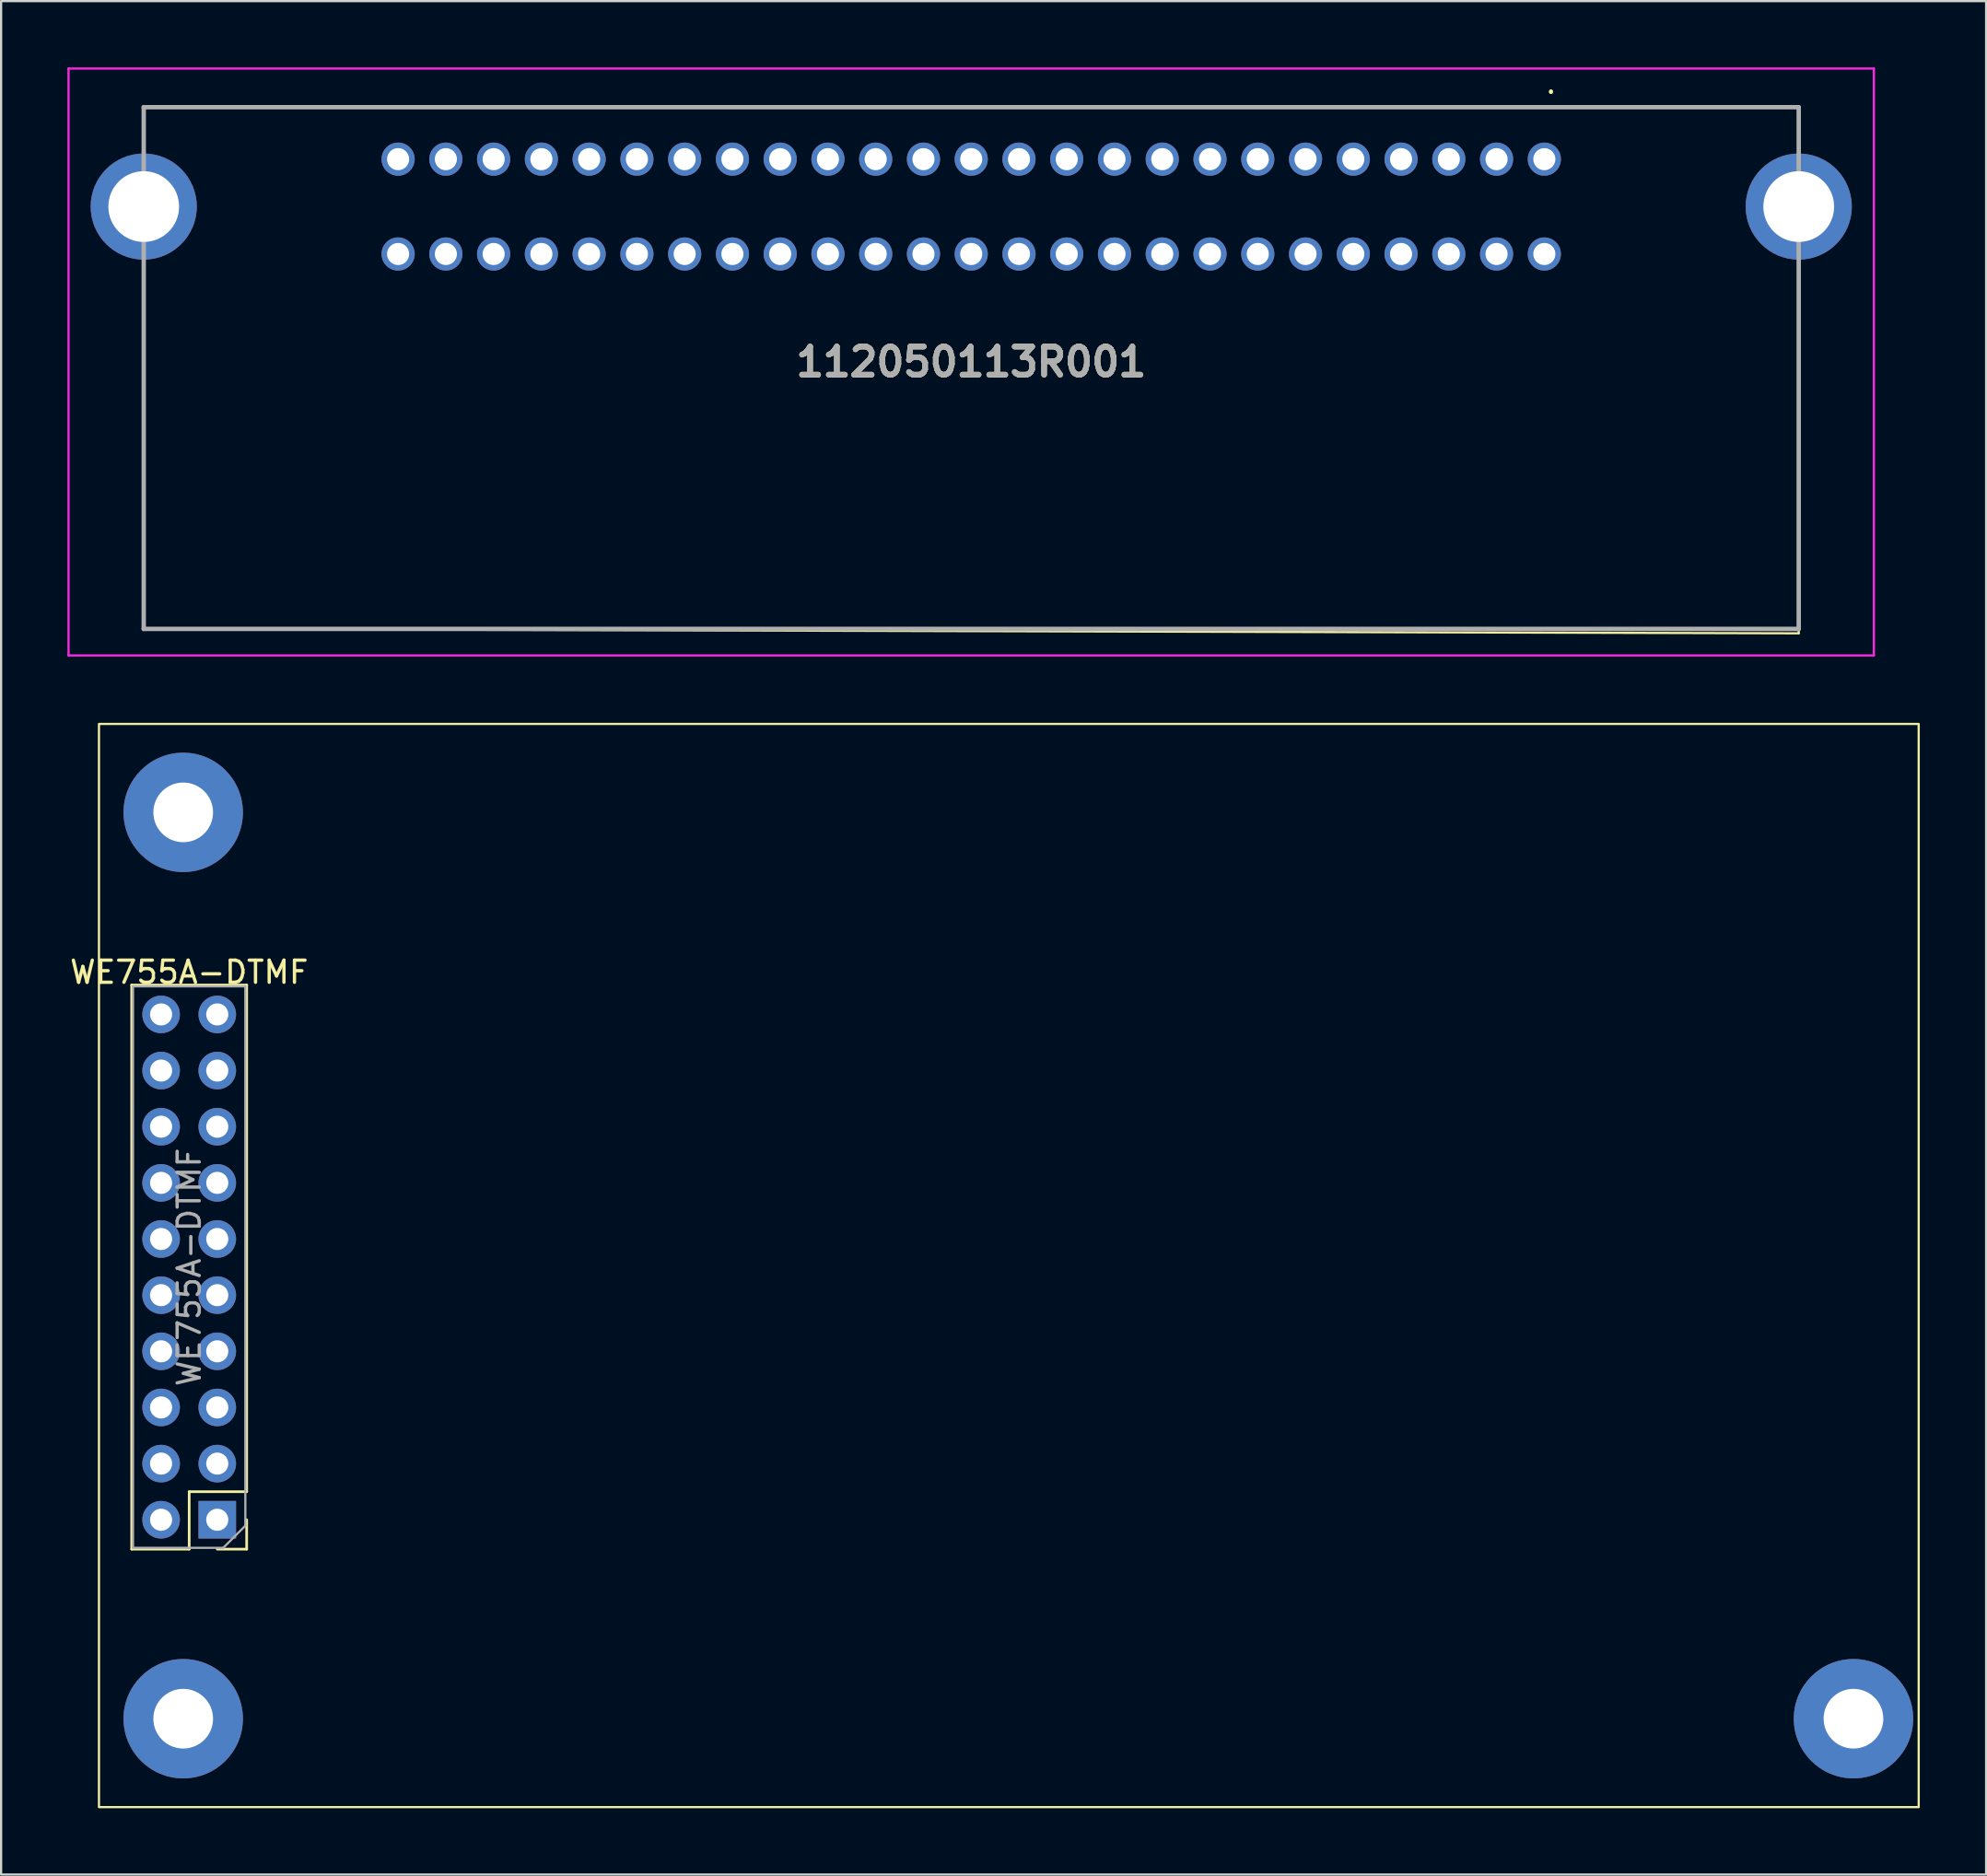
<source format=kicad_pcb>
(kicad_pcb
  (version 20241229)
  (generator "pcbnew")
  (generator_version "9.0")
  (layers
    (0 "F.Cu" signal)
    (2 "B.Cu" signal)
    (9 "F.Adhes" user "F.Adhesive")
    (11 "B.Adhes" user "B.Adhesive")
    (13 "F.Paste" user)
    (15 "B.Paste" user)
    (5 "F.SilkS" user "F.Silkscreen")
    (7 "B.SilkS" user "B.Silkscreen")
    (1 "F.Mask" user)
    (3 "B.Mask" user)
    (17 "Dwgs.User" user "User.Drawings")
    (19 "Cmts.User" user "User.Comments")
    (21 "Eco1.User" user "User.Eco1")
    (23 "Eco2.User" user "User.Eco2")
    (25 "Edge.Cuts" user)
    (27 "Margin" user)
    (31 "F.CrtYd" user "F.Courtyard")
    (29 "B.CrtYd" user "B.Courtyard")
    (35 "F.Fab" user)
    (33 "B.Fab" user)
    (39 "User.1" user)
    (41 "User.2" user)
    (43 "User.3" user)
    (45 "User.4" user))
  (footprint "112050113R001"
    (layer "F.Cu")
    (at 66.795 4.15)
    (property "Reference" "112050113R001" (at -25.92 9.175 0) (layer "F.SilkS") (effects (font (size 1.27 1.27) (thickness 0.254))))
    (attr through_hole)
    (fp_line (start -63.345 8.58) (end -63.345 21.25) (stroke (width 0.1) (type solid)) (layer "F.SilkS"))
    (fp_line (start -63.345 21.25) (end 11.505 21.45) (stroke (width 0.1) (type solid)) (layer "F.SilkS"))
    (fp_line (start 0.3 -3.1) (end 0.3 -3.1) (stroke (width 0.1) (type solid)) (layer "F.SilkS"))
    (fp_line (start 0.3 -3) (end 0.3 -3) (stroke (width 0.1) (type solid)) (layer "F.SilkS"))
    (fp_line (start 11.505 21.45) (end 11.505 8.58) (stroke (width 0.1) (type solid)) (layer "F.SilkS"))
    (fp_arc (start 0.3 -3.1) (mid 0.35 -3.05) (end 0.3 -3) (stroke (width 0.1) (type solid)) (layer "F.SilkS"))
    (fp_arc (start 0.3 -3) (mid 0.25 -3.05) (end 0.3 -3.1) (stroke (width 0.1) (type solid)) (layer "F.SilkS"))
    (fp_line (start -66.745 -4.1) (end 14.905 -4.1) (stroke (width 0.1) (type solid)) (layer "F.CrtYd"))
    (fp_line (start -66.745 22.45) (end -66.745 -4.1) (stroke (width 0.1) (type solid)) (layer "F.CrtYd"))
    (fp_line (start 14.905 -4.1) (end 14.905 22.45) (stroke (width 0.1) (type solid)) (layer "F.CrtYd"))
    (fp_line (start 14.905 22.45) (end -66.745 22.45) (stroke (width 0.1) (type solid)) (layer "F.CrtYd"))
    (fp_line (start -63.345 -2.35) (end 11.505 -2.35) (stroke (width 0.2) (type solid)) (layer "F.Fab"))
    (fp_line (start -63.345 21.25) (end -63.345 -2.35) (stroke (width 0.2) (type solid)) (layer "F.Fab"))
    (fp_line (start 11.505 -2.35) (end 11.505 21.25) (stroke (width 0.2) (type solid)) (layer "F.Fab"))
    (fp_line (start 11.505 21.25) (end -63.345 21.25) (stroke (width 0.2) (type solid)) (layer "F.Fab"))
    (fp_text user "${REFERENCE}" (at -25.92 9.175 0) (layer "F.Fab") (effects (font (size 1.27 1.27) (thickness 0.254))))
    (pad "1" thru_hole circle (at -51.84 0) (size 1.5 1.5) (drill 1) (layers "*.Cu" "*.Mask"))
    (pad "2" thru_hole circle (at -49.68 0) (size 1.5 1.5) (drill 1) (layers "*.Cu" "*.Mask"))
    (pad "3" thru_hole circle (at -47.52 0) (size 1.5 1.5) (drill 1) (layers "*.Cu" "*.Mask"))
    (pad "4" thru_hole circle (at -45.36 0) (size 1.5 1.5) (drill 1) (layers "*.Cu" "*.Mask"))
    (pad "5" thru_hole circle (at -43.2 0) (size 1.5 1.5) (drill 1) (layers "*.Cu" "*.Mask"))
    (pad "6" thru_hole circle (at -41.04 0) (size 1.5 1.5) (drill 1) (layers "*.Cu" "*.Mask"))
    (pad "7" thru_hole circle (at -38.88 0) (size 1.5 1.5) (drill 1) (layers "*.Cu" "*.Mask"))
    (pad "8" thru_hole circle (at -36.72 0) (size 1.5 1.5) (drill 1) (layers "*.Cu" "*.Mask"))
    (pad "9" thru_hole circle (at -34.56 0) (size 1.5 1.5) (drill 1) (layers "*.Cu" "*.Mask"))
    (pad "10" thru_hole circle (at -32.4 0) (size 1.5 1.5) (drill 1) (layers "*.Cu" "*.Mask"))
    (pad "11" thru_hole circle (at -30.24 0) (size 1.5 1.5) (drill 1) (layers "*.Cu" "*.Mask"))
    (pad "12" thru_hole circle (at -28.08 0) (size 1.5 1.5) (drill 1) (layers "*.Cu" "*.Mask"))
    (pad "13" thru_hole circle (at -25.92 0) (size 1.5 1.5) (drill 1) (layers "*.Cu" "*.Mask"))
    (pad "14" thru_hole circle (at -23.76 0) (size 1.5 1.5) (drill 1) (layers "*.Cu" "*.Mask"))
    (pad "15" thru_hole circle (at -21.6 0) (size 1.5 1.5) (drill 1) (layers "*.Cu" "*.Mask"))
    (pad "16" thru_hole circle (at -19.44 0) (size 1.5 1.5) (drill 1) (layers "*.Cu" "*.Mask"))
    (pad "17" thru_hole circle (at -17.28 0) (size 1.5 1.5) (drill 1) (layers "*.Cu" "*.Mask"))
    (pad "18" thru_hole circle (at -15.12 0) (size 1.5 1.5) (drill 1) (layers "*.Cu" "*.Mask"))
    (pad "19" thru_hole circle (at -12.96 0) (size 1.5 1.5) (drill 1) (layers "*.Cu" "*.Mask"))
    (pad "20" thru_hole circle (at -10.8 0) (size 1.5 1.5) (drill 1) (layers "*.Cu" "*.Mask"))
    (pad "21" thru_hole circle (at -8.64 0) (size 1.5 1.5) (drill 1) (layers "*.Cu" "*.Mask"))
    (pad "22" thru_hole circle (at -6.48 0) (size 1.5 1.5) (drill 1) (layers "*.Cu" "*.Mask"))
    (pad "23" thru_hole circle (at -4.32 0) (size 1.5 1.5) (drill 1) (layers "*.Cu" "*.Mask"))
    (pad "24" thru_hole circle (at -2.16 0) (size 1.5 1.5) (drill 1) (layers "*.Cu" "*.Mask"))
    (pad "25" thru_hole circle (at 0 0) (size 1.5 1.5) (drill 1) (layers "*.Cu" "*.Mask"))
    (pad "26" thru_hole circle (at -51.84 4.29) (size 1.5 1.5) (drill 1) (layers "*.Cu" "*.Mask"))
    (pad "27" thru_hole circle (at -49.68 4.29) (size 1.5 1.5) (drill 1) (layers "*.Cu" "*.Mask"))
    (pad "28" thru_hole circle (at -47.52 4.29) (size 1.5 1.5) (drill 1) (layers "*.Cu" "*.Mask"))
    (pad "29" thru_hole circle (at -45.36 4.29) (size 1.5 1.5) (drill 1) (layers "*.Cu" "*.Mask"))
    (pad "30" thru_hole circle (at -43.2 4.29) (size 1.5 1.5) (drill 1) (layers "*.Cu" "*.Mask"))
    (pad "31" thru_hole circle (at -41.04 4.29) (size 1.5 1.5) (drill 1) (layers "*.Cu" "*.Mask"))
    (pad "32" thru_hole circle (at -38.88 4.29) (size 1.5 1.5) (drill 1) (layers "*.Cu" "*.Mask"))
    (pad "33" thru_hole circle (at -36.72 4.29) (size 1.5 1.5) (drill 1) (layers "*.Cu" "*.Mask"))
    (pad "34" thru_hole circle (at -34.56 4.29) (size 1.5 1.5) (drill 1) (layers "*.Cu" "*.Mask"))
    (pad "35" thru_hole circle (at -32.4 4.29) (size 1.5 1.5) (drill 1) (layers "*.Cu" "*.Mask"))
    (pad "36" thru_hole circle (at -30.24 4.29) (size 1.5 1.5) (drill 1) (layers "*.Cu" "*.Mask"))
    (pad "37" thru_hole circle (at -28.08 4.29) (size 1.5 1.5) (drill 1) (layers "*.Cu" "*.Mask"))
    (pad "38" thru_hole circle (at -25.92 4.29) (size 1.5 1.5) (drill 1) (layers "*.Cu" "*.Mask"))
    (pad "39" thru_hole circle (at -23.76 4.29) (size 1.5 1.5) (drill 1) (layers "*.Cu" "*.Mask"))
    (pad "40" thru_hole circle (at -21.6 4.29) (size 1.5 1.5) (drill 1) (layers "*.Cu" "*.Mask"))
    (pad "41" thru_hole circle (at -19.44 4.29) (size 1.5 1.5) (drill 1) (layers "*.Cu" "*.Mask"))
    (pad "42" thru_hole circle (at -17.28 4.29) (size 1.5 1.5) (drill 1) (layers "*.Cu" "*.Mask"))
    (pad "43" thru_hole circle (at -15.12 4.29) (size 1.5 1.5) (drill 1) (layers "*.Cu" "*.Mask"))
    (pad "44" thru_hole circle (at -12.96 4.29) (size 1.5 1.5) (drill 1) (layers "*.Cu" "*.Mask"))
    (pad "45" thru_hole circle (at -10.8 4.29) (size 1.5 1.5) (drill 1) (layers "*.Cu" "*.Mask"))
    (pad "46" thru_hole circle (at -8.64 4.29) (size 1.5 1.5) (drill 1) (layers "*.Cu" "*.Mask"))
    (pad "47" thru_hole circle (at -6.48 4.29) (size 1.5 1.5) (drill 1) (layers "*.Cu" "*.Mask"))
    (pad "48" thru_hole circle (at -4.32 4.29) (size 1.5 1.5) (drill 1) (layers "*.Cu" "*.Mask"))
    (pad "49" thru_hole circle (at -2.16 4.29) (size 1.5 1.5) (drill 1) (layers "*.Cu" "*.Mask"))
    (pad "50" thru_hole circle (at 0 4.29) (size 1.5 1.5) (drill 1) (layers "*.Cu" "*.Mask"))
    (pad "MH1" thru_hole circle (at -63.345 2.145) (size 4.8 4.8) (drill 3.2) (layers "*.Cu" "*.Mask"))
    (pad "MH2" thru_hole circle (at 11.505 2.145) (size 4.8 4.8) (drill 3.2) (layers "*.Cu" "*.Mask")))
  (footprint "WE755A-DTMF"
    (layer "F.Cu")
    (at 7.776 65.7)
    (property "Reference" "WE755A-DTMF" (at -2.27 -24.77 0) (layer "F.SilkS") (effects (font (size 1 1) (thickness 0.15))))
    (attr through_hole)
    (fp_line (start -4.87 -24.19) (end 0.33 -24.19) (stroke (width 0.12) (type solid)) (layer "F.SilkS"))
    (fp_line (start -4.87 1.33) (end -4.87 -24.19) (stroke (width 0.12) (type solid)) (layer "F.SilkS"))
    (fp_line (start -4.87 1.33) (end -2.27 1.33) (stroke (width 0.12) (type solid)) (layer "F.SilkS"))
    (fp_line (start -2.27 -1.27) (end 0.33 -1.27) (stroke (width 0.12) (type solid)) (layer "F.SilkS"))
    (fp_line (start -2.27 1.33) (end -2.27 -1.27) (stroke (width 0.12) (type solid)) (layer "F.SilkS"))
    (fp_line (start -1 1.33) (end 0.33 1.33) (stroke (width 0.12) (type solid)) (layer "F.SilkS"))
    (fp_line (start 0.33 -1.27) (end 0.33 -24.19) (stroke (width 0.12) (type solid)) (layer "F.SilkS"))
    (fp_line (start 0.33 1.33) (end 0.33 0) (stroke (width 0.12) (type solid)) (layer "F.SilkS"))
    (fp_rect (start -6.35 -36) (end 75.95 13) (stroke (width 0.1) (type default)) (fill no) (layer "F.SilkS"))
    (fp_line (start -4.81 -24.13) (end -4.81 1.27) (stroke (width 0.1) (type solid)) (layer "F.Fab"))
    (fp_line (start -4.81 1.27) (end -0.73 1.27) (stroke (width 0.1) (type solid)) (layer "F.Fab"))
    (fp_line (start -0.73 1.27) (end 0.27 0.27) (stroke (width 0.1) (type solid)) (layer "F.Fab"))
    (fp_line (start 0.27 -24.13) (end -4.81 -24.13) (stroke (width 0.1) (type solid)) (layer "F.Fab"))
    (fp_line (start 0.27 0.27) (end 0.27 -24.13) (stroke (width 0.1) (type solid)) (layer "F.Fab"))
    (fp_text user "${REFERENCE}" (at -2.27 -11.43 270) (layer "F.Fab") (effects (font (size 1 1) (thickness 0.15))))
    (pad "1" thru_hole rect (at -1 0 180) (size 1.7 1.7) (drill 1) (layers "*.Cu" "*.Mask"))
    (pad "2" thru_hole oval (at -3.54 0 180) (size 1.7 1.7) (drill 1) (layers "*.Cu" "*.Mask"))
    (pad "3" thru_hole oval (at -1 -2.54 180) (size 1.7 1.7) (drill 1) (layers "*.Cu" "*.Mask"))
    (pad "4" thru_hole oval (at -3.54 -2.54 180) (size 1.7 1.7) (drill 1) (layers "*.Cu" "*.Mask"))
    (pad "5" thru_hole oval (at -1 -5.08 180) (size 1.7 1.7) (drill 1) (layers "*.Cu" "*.Mask"))
    (pad "6" thru_hole oval (at -3.54 -5.08 180) (size 1.7 1.7) (drill 1) (layers "*.Cu" "*.Mask"))
    (pad "7" thru_hole oval (at -1 -7.62 180) (size 1.7 1.7) (drill 1) (layers "*.Cu" "*.Mask"))
    (pad "8" thru_hole oval (at -3.54 -7.62 180) (size 1.7 1.7) (drill 1) (layers "*.Cu" "*.Mask"))
    (pad "9" thru_hole oval (at -1 -10.16 180) (size 1.7 1.7) (drill 1) (layers "*.Cu" "*.Mask"))
    (pad "10" thru_hole oval (at -3.54 -10.16 180) (size 1.7 1.7) (drill 1) (layers "*.Cu" "*.Mask"))
    (pad "11" thru_hole oval (at -1 -12.7 180) (size 1.7 1.7) (drill 1) (layers "*.Cu" "*.Mask"))
    (pad "12" thru_hole oval (at -3.54 -12.7 180) (size 1.7 1.7) (drill 1) (layers "*.Cu" "*.Mask"))
    (pad "13" thru_hole oval (at -1 -15.24 180) (size 1.7 1.7) (drill 1) (layers "*.Cu" "*.Mask"))
    (pad "14" thru_hole oval (at -3.54 -15.24 180) (size 1.7 1.7) (drill 1) (layers "*.Cu" "*.Mask"))
    (pad "15" thru_hole oval (at -1 -17.78 180) (size 1.7 1.7) (drill 1) (layers "*.Cu" "*.Mask"))
    (pad "16" thru_hole oval (at -3.54 -17.78 180) (size 1.7 1.7) (drill 1) (layers "*.Cu" "*.Mask"))
    (pad "17" thru_hole oval (at -1 -20.32 180) (size 1.7 1.7) (drill 1) (layers "*.Cu" "*.Mask"))
    (pad "18" thru_hole oval (at -3.54 -20.32 180) (size 1.7 1.7) (drill 1) (layers "*.Cu" "*.Mask"))
    (pad "19" thru_hole oval (at -1 -22.86 180) (size 1.7 1.7) (drill 1) (layers "*.Cu" "*.Mask"))
    (pad "20" thru_hole oval (at -3.54 -22.86 180) (size 1.7 1.7) (drill 1) (layers "*.Cu" "*.Mask"))
    (pad "21" thru_hole circle (at -2.54 -32) (size 5.4 5.4) (drill 2.7) (layers "*.Cu" "*.Mask"))
    (pad "22" thru_hole circle (at -2.54 9) (size 5.4 5.4) (drill 2.7) (layers "*.Cu" "*.Mask"))
    (pad "23" thru_hole circle (at 73 9) (size 5.4 5.4) (drill 2.7) (layers "*.Cu" "*.Mask")))
  (gr_rect
    (start -3 -3)
    (end 86.776 81.75)
    (stroke (width 0.1) (type default))
    (fill no)
    (layer "Edge.Cuts")))
</source>
